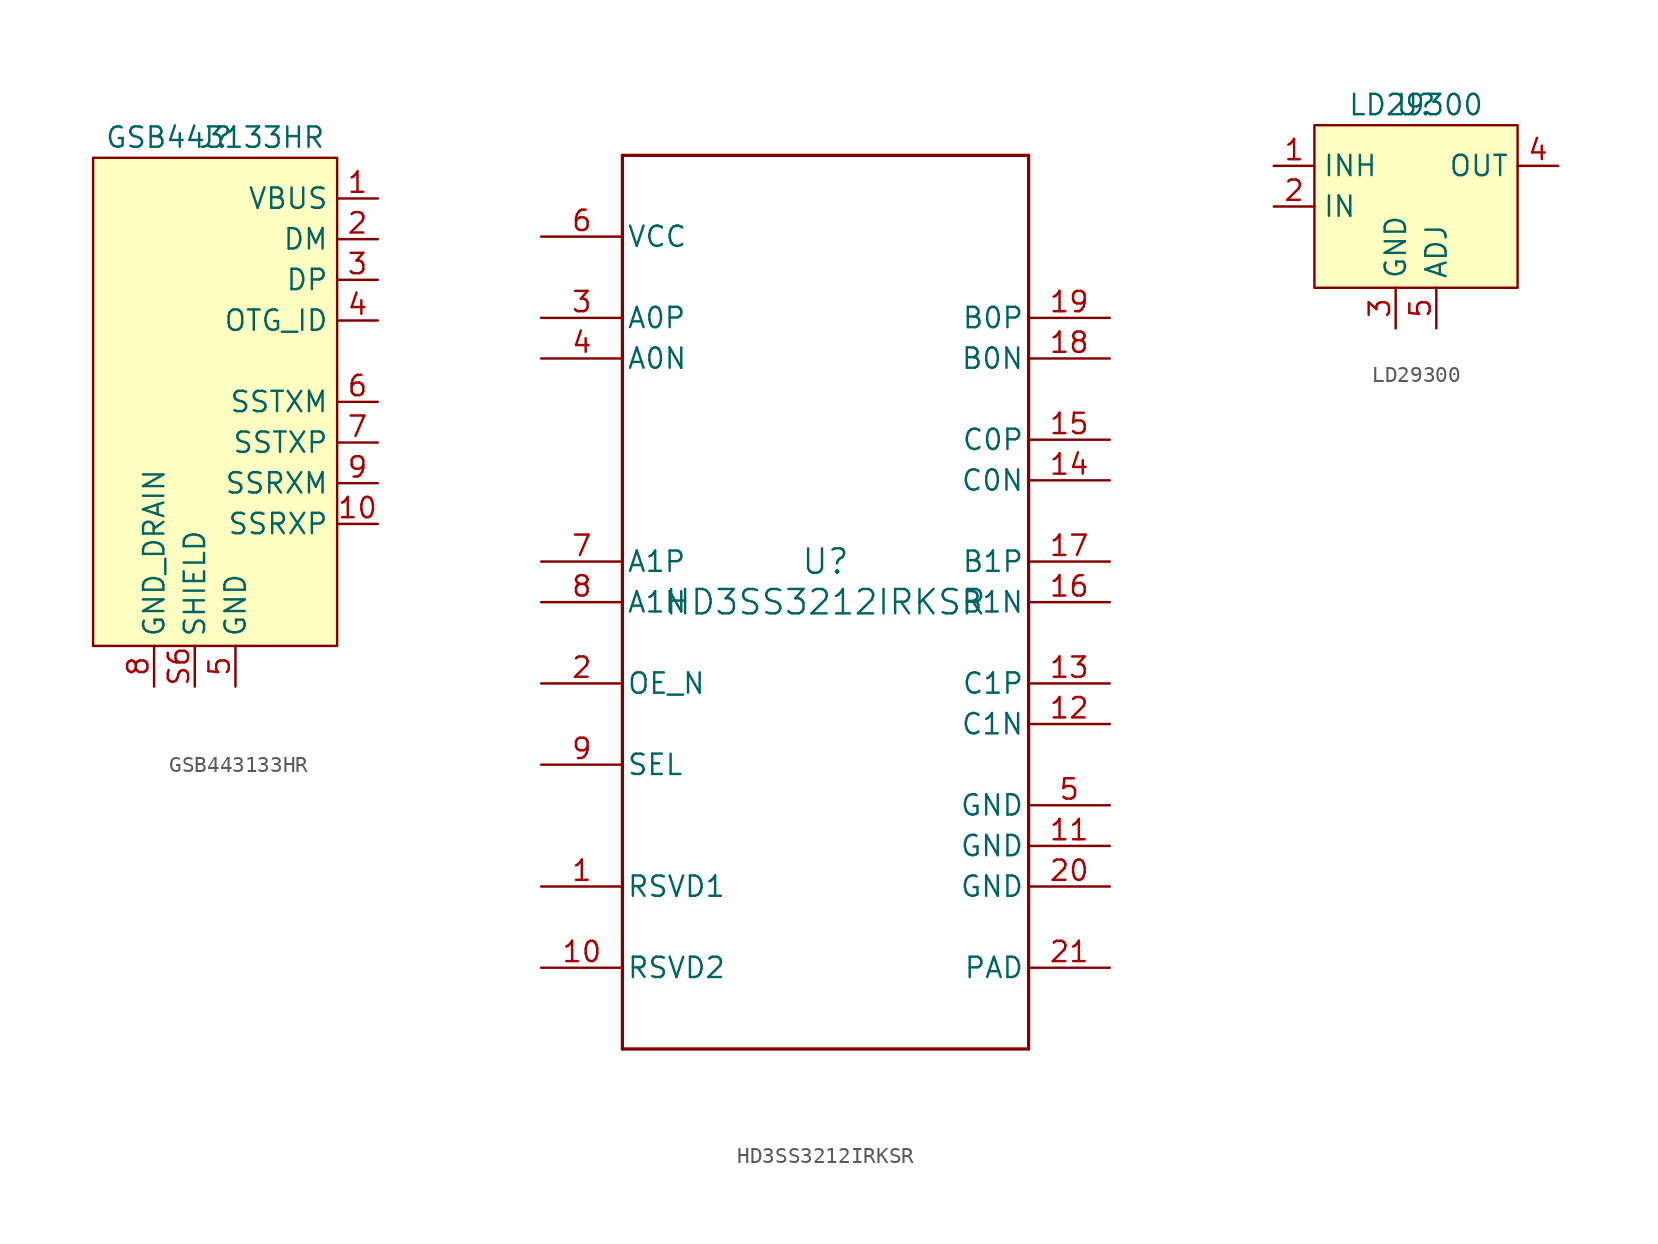
<source format=kicad_sym>
(kicad_symbol_lib
  (version 20220914)
  (generator kicad_symbol_editor)
  (symbol "GSB443133HR"
    (property "Reference" "J"
      (at 0 0 0)
      (effects (font (size 1.27 1.27))))
    (property "Value" "GSB443133HR"
      (at 0 0 0)
      (effects (font (size 1.27 1.27))))
    (symbol "GSB443133HR_1_1"
      (rectangle (start -7.62 -1.27) (end 7.62 -31.75) (stroke (width 0) (type default)) (fill (type background)))
      (pin power_out line (at 10.16 -3.81 180) (length 2.54) (name "VBUS" (effects (font (size 1.27 1.27)))) (number "1" (effects (font (size 1.27 1.27)))))
      (pin bidirectional line (at 10.16 -24.13 180) (length 2.54) (name "SSRXP" (effects (font (size 1.27 1.27)))) (number "10" (effects (font (size 1.27 1.27)))))
      (pin bidirectional line (at 10.16 -6.35 180) (length 2.54) (name "DM" (effects (font (size 1.27 1.27)))) (number "2" (effects (font (size 1.27 1.27)))))
      (pin bidirectional line (at 10.16 -8.89 180) (length 2.54) (name "DP" (effects (font (size 1.27 1.27)))) (number "3" (effects (font (size 1.27 1.27)))))
      (pin bidirectional line (at 10.16 -11.43 180) (length 2.54) (name "OTG_ID" (effects (font (size 1.27 1.27)))) (number "4" (effects (font (size 1.27 1.27)))))
      (pin bidirectional line (at 1.27 -34.29 90) (length 2.54) (name "GND" (effects (font (size 1.27 1.27)))) (number "5" (effects (font (size 1.27 1.27)))))
      (pin bidirectional line (at 10.16 -16.51 180) (length 2.54) (name "SSTXM" (effects (font (size 1.27 1.27)))) (number "6" (effects (font (size 1.27 1.27)))))
      (pin bidirectional line (at 10.16 -19.05 180) (length 2.54) (name "SSTXP" (effects (font (size 1.27 1.27)))) (number "7" (effects (font (size 1.27 1.27)))))
      (pin bidirectional line (at -3.81 -34.29 90) (length 2.54) (name "GND_DRAIN" (effects (font (size 1.27 1.27)))) (number "8" (effects (font (size 1.27 1.27)))))
      (pin bidirectional line (at 10.16 -21.59 180) (length 2.54) (name "SSRXM" (effects (font (size 1.27 1.27)))) (number "9" (effects (font (size 1.27 1.27)))))
      (pin passive line (at -1.27 -34.29 180) (length 0) hide (name "SHIELD" (effects (font (size 1.27 1.27)))) (number "S1" (effects (font (size 1.27 1.27)))))
      (pin passive line (at -1.27 -34.29 180) (length 0) hide (name "SHIELD" (effects (font (size 1.27 1.27)))) (number "S2" (effects (font (size 1.27 1.27)))))
      (pin passive line (at -1.27 -34.29 180) (length 0) hide (name "SHIELD" (effects (font (size 1.27 1.27)))) (number "S3" (effects (font (size 1.27 1.27)))))
      (pin passive line (at -1.27 -34.29 180) (length 0) hide (name "SHIELD" (effects (font (size 1.27 1.27)))) (number "S4" (effects (font (size 1.27 1.27)))))
      (pin passive line (at -1.27 -34.29 180) (length 0) hide (name "SHIELD" (effects (font (size 1.27 1.27)))) (number "S5" (effects (font (size 1.27 1.27)))))
      (pin passive line (at -1.27 -34.29 90) (length 2.54) (name "SHIELD" (effects (font (size 1.27 1.27)))) (number "S6" (effects (font (size 1.27 1.27)))))))
  (symbol "HD3SS3212IRKSR"
    (pin_names
      (offset 0.254))
    (property "Reference" "U"
      (at 0 2.54 0)
      (effects (font (size 1.524 1.524))))
    (property "Value" "HD3SS3212IRKSR"
      (at 0 0 0)
      (effects (font (size 1.524 1.524))))
    (symbol "HD3SS3212IRKSR_0_1"
      (polyline (pts (xy -12.7 -27.94) (xy 12.7 -27.94)) (stroke (width 0.203) (type default)) (fill (type none)))
      (polyline (pts (xy -12.7 27.94) (xy -12.7 -27.94)) (stroke (width 0.203) (type default)) (fill (type none)))
      (polyline (pts (xy 12.7 -27.94) (xy 12.7 27.94)) (stroke (width 0.203) (type default)) (fill (type none)))
      (polyline (pts (xy 12.7 27.94) (xy -12.7 27.94)) (stroke (width 0.203) (type default)) (fill (type none)))
      (pin unspecified line (at -17.78 -17.78 0) (length 5.08) (name "RSVD1" (effects (font (size 1.27 1.27)))) (number "1" (effects (font (size 1.27 1.27)))))
      (pin unspecified line (at -17.78 -22.86 0) (length 5.08) (name "RSVD2" (effects (font (size 1.27 1.27)))) (number "10" (effects (font (size 1.27 1.27)))))
      (pin power_in line (at 17.78 -15.24 180) (length 5.08) (name "GND" (effects (font (size 1.27 1.27)))) (number "11" (effects (font (size 1.27 1.27)))))
      (pin bidirectional line (at 17.78 -7.62 180) (length 5.08) (name "C1N" (effects (font (size 1.27 1.27)))) (number "12" (effects (font (size 1.27 1.27)))))
      (pin bidirectional line (at 17.78 -5.08 180) (length 5.08) (name "C1P" (effects (font (size 1.27 1.27)))) (number "13" (effects (font (size 1.27 1.27)))))
      (pin bidirectional line (at 17.78 7.62 180) (length 5.08) (name "C0N" (effects (font (size 1.27 1.27)))) (number "14" (effects (font (size 1.27 1.27)))))
      (pin bidirectional line (at 17.78 10.16 180) (length 5.08) (name "C0P" (effects (font (size 1.27 1.27)))) (number "15" (effects (font (size 1.27 1.27)))))
      (pin bidirectional line (at 17.78 0 180) (length 5.08) (name "B1N" (effects (font (size 1.27 1.27)))) (number "16" (effects (font (size 1.27 1.27)))))
      (pin bidirectional line (at 17.78 2.54 180) (length 5.08) (name "B1P" (effects (font (size 1.27 1.27)))) (number "17" (effects (font (size 1.27 1.27)))))
      (pin bidirectional line (at 17.78 15.24 180) (length 5.08) (name "B0N" (effects (font (size 1.27 1.27)))) (number "18" (effects (font (size 1.27 1.27)))))
      (pin bidirectional line (at 17.78 17.78 180) (length 5.08) (name "B0P" (effects (font (size 1.27 1.27)))) (number "19" (effects (font (size 1.27 1.27)))))
      (pin input line (at -17.78 -5.08 0) (length 5.08) (name "OE_N" (effects (font (size 1.27 1.27)))) (number "2" (effects (font (size 1.27 1.27)))))
      (pin power_in line (at 17.78 -17.78 180) (length 5.08) (name "GND" (effects (font (size 1.27 1.27)))) (number "20" (effects (font (size 1.27 1.27)))))
      (pin power_in line (at 17.78 -22.86 180) (length 5.08) (name "PAD" (effects (font (size 1.27 1.27)))) (number "21" (effects (font (size 1.27 1.27)))))
      (pin bidirectional line (at -17.78 17.78 0) (length 5.08) (name "A0P" (effects (font (size 1.27 1.27)))) (number "3" (effects (font (size 1.27 1.27)))))
      (pin bidirectional line (at -17.78 15.24 0) (length 5.08) (name "A0N" (effects (font (size 1.27 1.27)))) (number "4" (effects (font (size 1.27 1.27)))))
      (pin power_in line (at 17.78 -12.7 180) (length 5.08) (name "GND" (effects (font (size 1.27 1.27)))) (number "5" (effects (font (size 1.27 1.27)))))
      (pin power_in line (at -17.78 22.86 0) (length 5.08) (name "VCC" (effects (font (size 1.27 1.27)))) (number "6" (effects (font (size 1.27 1.27)))))
      (pin bidirectional line (at -17.78 2.54 0) (length 5.08) (name "A1P" (effects (font (size 1.27 1.27)))) (number "7" (effects (font (size 1.27 1.27)))))
      (pin bidirectional line (at -17.78 0 0) (length 5.08) (name "A1N" (effects (font (size 1.27 1.27)))) (number "8" (effects (font (size 1.27 1.27)))))
      (pin input line (at -17.78 -10.16 0) (length 5.08) (name "SEL" (effects (font (size 1.27 1.27)))) (number "9" (effects (font (size 1.27 1.27)))))))
  (symbol "LD29300"
    (property "Reference" "U"
      (at 0 0 0)
      (effects (font (size 1.27 1.27))))
    (property "Value" "LD29300"
      (at 0 0 0)
      (effects (font (size 1.27 1.27))))
    (symbol "LD29300_1_1"
      (rectangle (start -6.35 -1.27) (end 6.35 -11.43) (stroke (width 0) (type default)) (fill (type background)))
      (pin input line (at -8.89 -3.81 0) (length 2.54) (name "INH" (effects (font (size 1.27 1.27)))) (number "1" (effects (font (size 1.27 1.27)))))
      (pin power_in line (at -8.89 -6.35 0) (length 2.54) (name "IN" (effects (font (size 1.27 1.27)))) (number "2" (effects (font (size 1.27 1.27)))))
      (pin power_in line (at -1.27 -13.97 90) (length 2.54) (name "GND" (effects (font (size 1.27 1.27)))) (number "3" (effects (font (size 1.27 1.27)))))
      (pin power_out line (at 8.89 -3.81 180) (length 2.54) (name "OUT" (effects (font (size 1.27 1.27)))) (number "4" (effects (font (size 1.27 1.27)))))
      (pin passive line (at 1.27 -13.97 90) (length 2.54) (name "ADJ" (effects (font (size 1.27 1.27)))) (number "5" (effects (font (size 1.27 1.27)))))
      (pin passive line (at -1.27 -13.97 0) (length 0) hide (name "GND" (effects (font (size 1.27 1.27)))) (number "6" (effects (font (size 1.27 1.27))))))))
</source>
